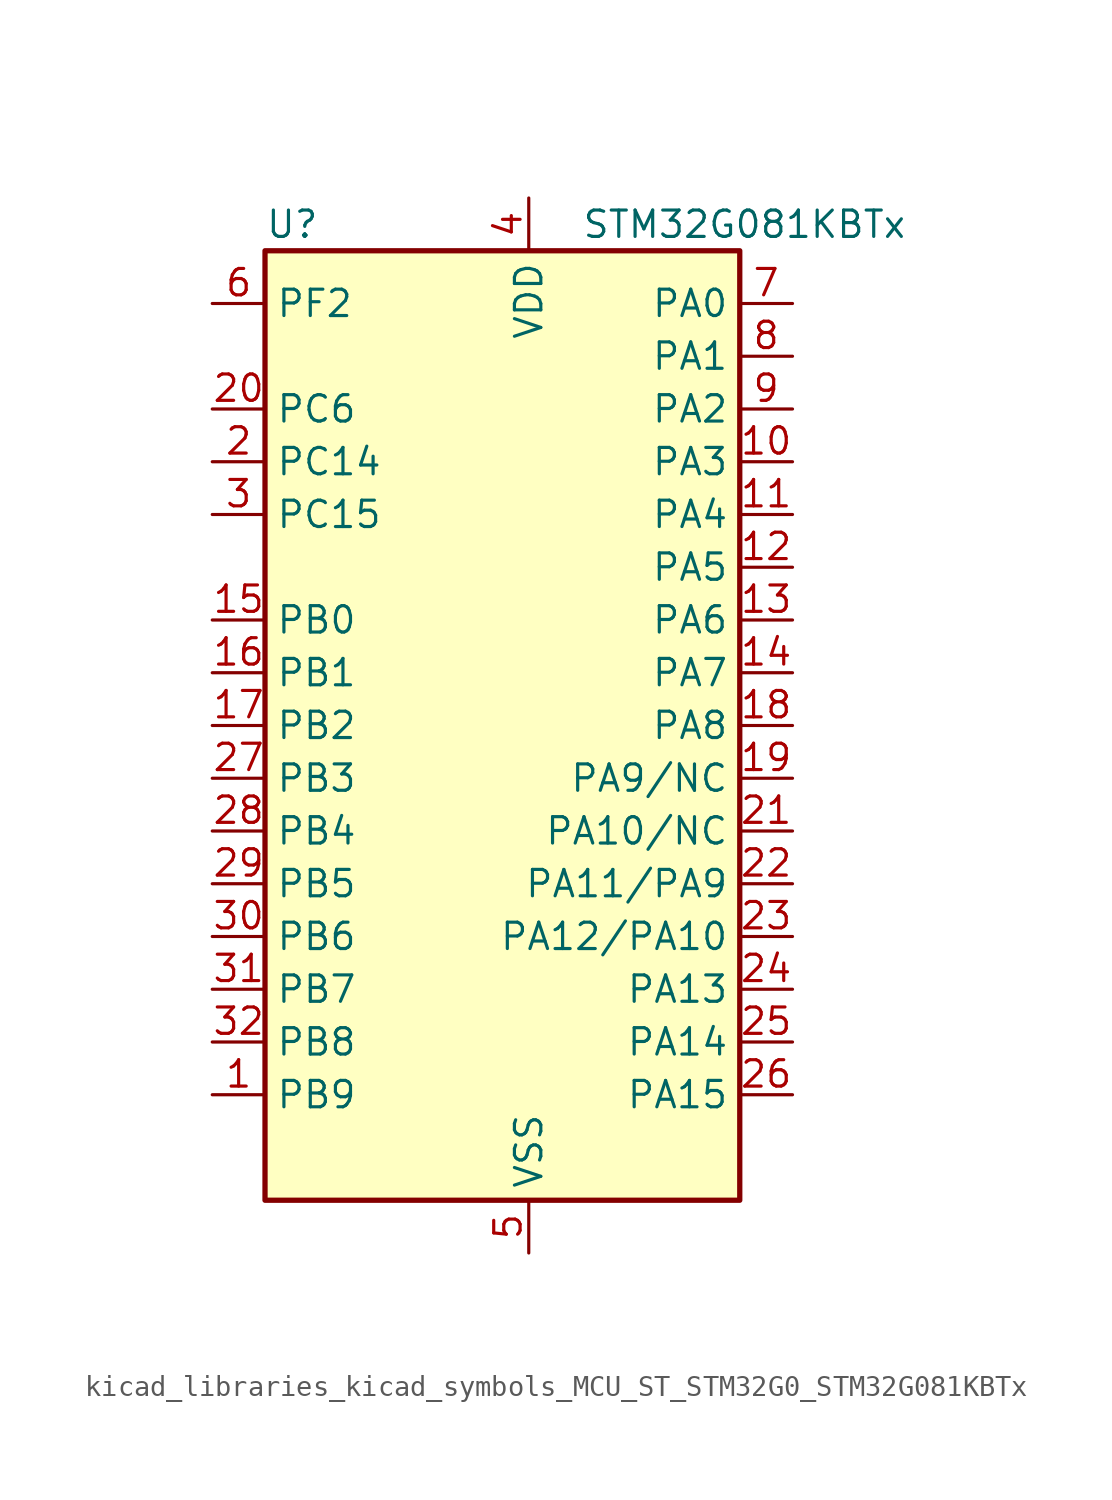
<source format=kicad_sym>
(kicad_symbol_lib
  (version 20220914)
  (generator kicad_symbol_editor)
  (symbol "kicad_libraries_kicad_symbols_MCU_ST_STM32G0_STM32G081KBTx"
    (property "Reference" "U"
      (at -10.16 24.13 0)
      (effects (font (size 1.27 1.27)) (justify left)))
    (property "Value" "STM32G081KBTx"
      (at 5.08 24.13 0)
      (effects (font (size 1.27 1.27)) (justify left)))
    (property "ki_locked" ""
      (at 0 0 0)
      (effects (font (size 1.27 1.27))))
    (symbol "kicad_libraries_kicad_symbols_MCU_ST_STM32G0_STM32G081KBTx_0_1"
      (rectangle (start -10.16 -22.86) (end 12.7 22.86) (stroke (width 0.254) (type default)) (fill (type background))))
    (symbol "kicad_libraries_kicad_symbols_MCU_ST_STM32G0_STM32G081KBTx_1_1"
      (pin bidirectional line (at -12.7 -17.78 0) (length 2.54) (name "PB9" (effects (font (size 1.27 1.27)))) (number "1" (effects (font (size 1.27 1.27)))) (alternate "DAC1_EXTI9" bidirectional line) (alternate "I2C1_SDA" bidirectional line) (alternate "IR_OUT" bidirectional line) (alternate "SPI2_NSS" bidirectional line) (alternate "TIM17_CH1" bidirectional line) (alternate "USART3_RX" bidirectional line))
      (pin bidirectional line (at 15.24 12.7 180) (length 2.54) (name "PA3" (effects (font (size 1.27 1.27)))) (number "10" (effects (font (size 1.27 1.27)))) (alternate "ADC1_IN3" bidirectional line) (alternate "COMP2_INP" bidirectional line) (alternate "LPUART1_RX" bidirectional line) (alternate "SPI2_MISO" bidirectional line) (alternate "TIM15_CH2" bidirectional line) (alternate "TIM2_CH4" bidirectional line) (alternate "USART2_RX" bidirectional line))
      (pin bidirectional line (at 15.24 10.16 180) (length 2.54) (name "PA4" (effects (font (size 1.27 1.27)))) (number "11" (effects (font (size 1.27 1.27)))) (alternate "ADC1_IN4" bidirectional line) (alternate "DAC1_OUT1" bidirectional line) (alternate "I2S1_WS" bidirectional line) (alternate "LPTIM2_OUT" bidirectional line) (alternate "RTC_OUT_ALARM" bidirectional line) (alternate "RTC_OUT_CALIB" bidirectional line) (alternate "RTC_TAMP_IN1" bidirectional line) (alternate "RTC_TS" bidirectional line) (alternate "SPI1_NSS" bidirectional line) (alternate "SPI2_MOSI" bidirectional line) (alternate "SYS_WKUP2" bidirectional line) (alternate "TIM14_CH1" bidirectional line))
      (pin bidirectional line (at 15.24 7.62 180) (length 2.54) (name "PA5" (effects (font (size 1.27 1.27)))) (number "12" (effects (font (size 1.27 1.27)))) (alternate "ADC1_IN5" bidirectional line) (alternate "CEC" bidirectional line) (alternate "DAC1_OUT2" bidirectional line) (alternate "I2S1_CK" bidirectional line) (alternate "LPTIM2_ETR" bidirectional line) (alternate "SPI1_SCK" bidirectional line) (alternate "TIM2_CH1" bidirectional line) (alternate "TIM2_ETR" bidirectional line) (alternate "UCPD1_FRSTX1" bidirectional line) (alternate "UCPD1_FRSTX2" bidirectional line) (alternate "USART3_TX" bidirectional line))
      (pin bidirectional line (at 15.24 5.08 180) (length 2.54) (name "PA6" (effects (font (size 1.27 1.27)))) (number "13" (effects (font (size 1.27 1.27)))) (alternate "ADC1_IN6" bidirectional line) (alternate "COMP1_OUT" bidirectional line) (alternate "I2S1_MCK" bidirectional line) (alternate "LPUART1_CTS" bidirectional line) (alternate "SPI1_MISO" bidirectional line) (alternate "TIM16_CH1" bidirectional line) (alternate "TIM1_BK" bidirectional line) (alternate "TIM3_CH1" bidirectional line) (alternate "USART3_CTS" bidirectional line) (alternate "USART3_NSS" bidirectional line))
      (pin bidirectional line (at 15.24 2.54 180) (length 2.54) (name "PA7" (effects (font (size 1.27 1.27)))) (number "14" (effects (font (size 1.27 1.27)))) (alternate "ADC1_IN7" bidirectional line) (alternate "COMP2_OUT" bidirectional line) (alternate "I2S1_SD" bidirectional line) (alternate "SPI1_MOSI" bidirectional line) (alternate "TIM14_CH1" bidirectional line) (alternate "TIM17_CH1" bidirectional line) (alternate "TIM1_CH1N" bidirectional line) (alternate "TIM3_CH2" bidirectional line) (alternate "UCPD1_FRSTX1" bidirectional line) (alternate "UCPD1_FRSTX2" bidirectional line))
      (pin bidirectional line (at -12.7 5.08 0) (length 2.54) (name "PB0" (effects (font (size 1.27 1.27)))) (number "15" (effects (font (size 1.27 1.27)))) (alternate "ADC1_IN8" bidirectional line) (alternate "COMP1_OUT" bidirectional line) (alternate "I2S1_WS" bidirectional line) (alternate "LPTIM1_OUT" bidirectional line) (alternate "SPI1_NSS" bidirectional line) (alternate "TIM1_CH2N" bidirectional line) (alternate "TIM3_CH3" bidirectional line) (alternate "UCPD1_FRSTX1" bidirectional line) (alternate "UCPD1_FRSTX2" bidirectional line) (alternate "USART3_RX" bidirectional line))
      (pin bidirectional line (at -12.7 2.54 0) (length 2.54) (name "PB1" (effects (font (size 1.27 1.27)))) (number "16" (effects (font (size 1.27 1.27)))) (alternate "ADC1_IN9" bidirectional line) (alternate "COMP1_INM" bidirectional line) (alternate "LPTIM2_IN1" bidirectional line) (alternate "LPUART1_DE" bidirectional line) (alternate "LPUART1_RTS" bidirectional line) (alternate "TIM14_CH1" bidirectional line) (alternate "TIM1_CH3N" bidirectional line) (alternate "TIM3_CH4" bidirectional line) (alternate "USART3_CK" bidirectional line) (alternate "USART3_DE" bidirectional line) (alternate "USART3_RTS" bidirectional line))
      (pin bidirectional line (at -12.7 0 0) (length 2.54) (name "PB2" (effects (font (size 1.27 1.27)))) (number "17" (effects (font (size 1.27 1.27)))) (alternate "ADC1_IN10" bidirectional line) (alternate "COMP1_INP" bidirectional line) (alternate "LPTIM1_OUT" bidirectional line) (alternate "SPI2_MISO" bidirectional line) (alternate "USART3_TX" bidirectional line))
      (pin bidirectional line (at 15.24 0 180) (length 2.54) (name "PA8" (effects (font (size 1.27 1.27)))) (number "18" (effects (font (size 1.27 1.27)))) (alternate "LPTIM2_OUT" bidirectional line) (alternate "RCC_MCO" bidirectional line) (alternate "SPI2_NSS" bidirectional line) (alternate "TIM1_CH1" bidirectional line) (alternate "UCPD1_CC1" bidirectional line))
      (pin bidirectional line (at 15.24 -2.54 180) (length 2.54) (name "PA9/NC" (effects (font (size 1.27 1.27)))) (number "19" (effects (font (size 1.27 1.27)))) (alternate "DAC1_EXTI9" bidirectional line) (alternate "I2C1_SCL" bidirectional line) (alternate "RCC_MCO" bidirectional line) (alternate "SPI2_MISO" bidirectional line) (alternate "TIM15_BK" bidirectional line) (alternate "TIM1_CH2" bidirectional line) (alternate "UCPD1_DBCC1" bidirectional line) (alternate "USART1_TX" bidirectional line))
      (pin bidirectional line (at -12.7 12.7 0) (length 2.54) (name "PC14" (effects (font (size 1.27 1.27)))) (number "2" (effects (font (size 1.27 1.27)))) (alternate "RCC_OSC32_IN" bidirectional line) (alternate "RCC_OSC_IN" bidirectional line) (alternate "TIM1_BK2" bidirectional line))
      (pin bidirectional line (at -12.7 15.24 0) (length 2.54) (name "PC6" (effects (font (size 1.27 1.27)))) (number "20" (effects (font (size 1.27 1.27)))) (alternate "TIM2_CH3" bidirectional line) (alternate "TIM3_CH1" bidirectional line) (alternate "UCPD1_FRSTX1" bidirectional line) (alternate "UCPD1_FRSTX2" bidirectional line))
      (pin bidirectional line (at 15.24 -5.08 180) (length 2.54) (name "PA10/NC" (effects (font (size 1.27 1.27)))) (number "21" (effects (font (size 1.27 1.27)))) (alternate "I2C1_SDA" bidirectional line) (alternate "SPI2_MOSI" bidirectional line) (alternate "TIM17_BK" bidirectional line) (alternate "TIM1_CH3" bidirectional line) (alternate "UCPD1_DBCC2" bidirectional line) (alternate "USART1_RX" bidirectional line))
      (pin bidirectional line (at 15.24 -7.62 180) (length 2.54) (name "PA11/PA9" (effects (font (size 1.27 1.27)))) (number "22" (effects (font (size 1.27 1.27)))) (alternate "ADC1_EXTI11" bidirectional line) (alternate "COMP1_OUT" bidirectional line) (alternate "I2C2_SCL" bidirectional line) (alternate "I2S1_MCK" bidirectional line) (alternate "SPI1_MISO" bidirectional line) (alternate "TIM1_BK2" bidirectional line) (alternate "TIM1_CH4" bidirectional line) (alternate "USART1_CTS" bidirectional line) (alternate "USART1_NSS" bidirectional line))
      (pin bidirectional line (at 15.24 -10.16 180) (length 2.54) (name "PA12/PA10" (effects (font (size 1.27 1.27)))) (number "23" (effects (font (size 1.27 1.27)))) (alternate "COMP2_OUT" bidirectional line) (alternate "I2C2_SDA" bidirectional line) (alternate "I2S1_SD" bidirectional line) (alternate "I2S_CKIN" bidirectional line) (alternate "SPI1_MOSI" bidirectional line) (alternate "TIM1_ETR" bidirectional line) (alternate "USART1_CK" bidirectional line) (alternate "USART1_DE" bidirectional line) (alternate "USART1_RTS" bidirectional line))
      (pin bidirectional line (at 15.24 -12.7 180) (length 2.54) (name "PA13" (effects (font (size 1.27 1.27)))) (number "24" (effects (font (size 1.27 1.27)))) (alternate "IR_OUT" bidirectional line) (alternate "SYS_SWDIO" bidirectional line))
      (pin bidirectional line (at 15.24 -15.24 180) (length 2.54) (name "PA14" (effects (font (size 1.27 1.27)))) (number "25" (effects (font (size 1.27 1.27)))) (alternate "SYS_SWCLK" bidirectional line) (alternate "USART2_TX" bidirectional line))
      (pin bidirectional line (at 15.24 -17.78 180) (length 2.54) (name "PA15" (effects (font (size 1.27 1.27)))) (number "26" (effects (font (size 1.27 1.27)))) (alternate "I2S1_WS" bidirectional line) (alternate "SPI1_NSS" bidirectional line) (alternate "TIM2_CH1" bidirectional line) (alternate "TIM2_ETR" bidirectional line) (alternate "USART2_RX" bidirectional line) (alternate "USART3_CK" bidirectional line) (alternate "USART3_DE" bidirectional line) (alternate "USART3_RTS" bidirectional line) (alternate "USART4_CK" bidirectional line) (alternate "USART4_DE" bidirectional line) (alternate "USART4_RTS" bidirectional line))
      (pin bidirectional line (at -12.7 -2.54 0) (length 2.54) (name "PB3" (effects (font (size 1.27 1.27)))) (number "27" (effects (font (size 1.27 1.27)))) (alternate "COMP2_INM" bidirectional line) (alternate "I2S1_CK" bidirectional line) (alternate "SPI1_SCK" bidirectional line) (alternate "TIM1_CH2" bidirectional line) (alternate "TIM2_CH2" bidirectional line) (alternate "USART1_CK" bidirectional line) (alternate "USART1_DE" bidirectional line) (alternate "USART1_RTS" bidirectional line))
      (pin bidirectional line (at -12.7 -5.08 0) (length 2.54) (name "PB4" (effects (font (size 1.27 1.27)))) (number "28" (effects (font (size 1.27 1.27)))) (alternate "COMP2_INP" bidirectional line) (alternate "I2S1_MCK" bidirectional line) (alternate "SPI1_MISO" bidirectional line) (alternate "TIM17_BK" bidirectional line) (alternate "TIM3_CH1" bidirectional line) (alternate "USART1_CTS" bidirectional line) (alternate "USART1_NSS" bidirectional line))
      (pin bidirectional line (at -12.7 -7.62 0) (length 2.54) (name "PB5" (effects (font (size 1.27 1.27)))) (number "29" (effects (font (size 1.27 1.27)))) (alternate "COMP2_OUT" bidirectional line) (alternate "I2C1_SMBA" bidirectional line) (alternate "I2S1_SD" bidirectional line) (alternate "LPTIM1_IN1" bidirectional line) (alternate "SPI1_MOSI" bidirectional line) (alternate "SYS_WKUP6" bidirectional line) (alternate "TIM16_BK" bidirectional line) (alternate "TIM3_CH2" bidirectional line))
      (pin bidirectional line (at -12.7 10.16 0) (length 2.54) (name "PC15" (effects (font (size 1.27 1.27)))) (number "3" (effects (font (size 1.27 1.27)))) (alternate "RCC_OSC32_EN" bidirectional line) (alternate "RCC_OSC32_OUT" bidirectional line) (alternate "RCC_OSC_EN" bidirectional line) (alternate "TIM15_BK" bidirectional line))
      (pin bidirectional line (at -12.7 -10.16 0) (length 2.54) (name "PB6" (effects (font (size 1.27 1.27)))) (number "30" (effects (font (size 1.27 1.27)))) (alternate "COMP2_INP" bidirectional line) (alternate "I2C1_SCL" bidirectional line) (alternate "LPTIM1_ETR" bidirectional line) (alternate "SPI2_MISO" bidirectional line) (alternate "TIM16_CH1N" bidirectional line) (alternate "TIM1_CH3" bidirectional line) (alternate "USART1_TX" bidirectional line))
      (pin bidirectional line (at -12.7 -12.7 0) (length 2.54) (name "PB7" (effects (font (size 1.27 1.27)))) (number "31" (effects (font (size 1.27 1.27)))) (alternate "COMP2_INM" bidirectional line) (alternate "I2C1_SDA" bidirectional line) (alternate "LPTIM1_IN2" bidirectional line) (alternate "SPI2_MOSI" bidirectional line) (alternate "SYS_PVD_IN" bidirectional line) (alternate "TIM17_CH1N" bidirectional line) (alternate "USART1_RX" bidirectional line) (alternate "USART4_CTS" bidirectional line) (alternate "USART4_NSS" bidirectional line))
      (pin bidirectional line (at -12.7 -15.24 0) (length 2.54) (name "PB8" (effects (font (size 1.27 1.27)))) (number "32" (effects (font (size 1.27 1.27)))) (alternate "CEC" bidirectional line) (alternate "I2C1_SCL" bidirectional line) (alternate "SPI2_SCK" bidirectional line) (alternate "TIM15_BK" bidirectional line) (alternate "TIM16_CH1" bidirectional line) (alternate "USART3_TX" bidirectional line))
      (pin power_in line (at 2.54 25.4 270) (length 2.54) (name "VDD" (effects (font (size 1.27 1.27)))) (number "4" (effects (font (size 1.27 1.27)))))
      (pin power_in line (at 2.54 -25.4 90) (length 2.54) (name "VSS" (effects (font (size 1.27 1.27)))) (number "5" (effects (font (size 1.27 1.27)))))
      (pin bidirectional line (at -12.7 20.32 0) (length 2.54) (name "PF2" (effects (font (size 1.27 1.27)))) (number "6" (effects (font (size 1.27 1.27)))) (alternate "RCC_MCO" bidirectional line))
      (pin bidirectional line (at 15.24 20.32 180) (length 2.54) (name "PA0" (effects (font (size 1.27 1.27)))) (number "7" (effects (font (size 1.27 1.27)))) (alternate "ADC1_IN0" bidirectional line) (alternate "COMP1_INM" bidirectional line) (alternate "COMP1_OUT" bidirectional line) (alternate "LPTIM1_OUT" bidirectional line) (alternate "RTC_TAMP_IN2" bidirectional line) (alternate "SPI2_SCK" bidirectional line) (alternate "SYS_WKUP1" bidirectional line) (alternate "TIM2_CH1" bidirectional line) (alternate "TIM2_ETR" bidirectional line) (alternate "USART2_CTS" bidirectional line) (alternate "USART2_NSS" bidirectional line) (alternate "USART4_TX" bidirectional line))
      (pin bidirectional line (at 15.24 17.78 180) (length 2.54) (name "PA1" (effects (font (size 1.27 1.27)))) (number "8" (effects (font (size 1.27 1.27)))) (alternate "ADC1_IN1" bidirectional line) (alternate "COMP1_INP" bidirectional line) (alternate "I2C1_SMBA" bidirectional line) (alternate "I2S1_CK" bidirectional line) (alternate "SPI1_SCK" bidirectional line) (alternate "TIM15_CH1N" bidirectional line) (alternate "TIM2_CH2" bidirectional line) (alternate "USART2_CK" bidirectional line) (alternate "USART2_DE" bidirectional line) (alternate "USART2_RTS" bidirectional line) (alternate "USART4_RX" bidirectional line))
      (pin bidirectional line (at 15.24 15.24 180) (length 2.54) (name "PA2" (effects (font (size 1.27 1.27)))) (number "9" (effects (font (size 1.27 1.27)))) (alternate "ADC1_IN2" bidirectional line) (alternate "COMP2_INM" bidirectional line) (alternate "COMP2_OUT" bidirectional line) (alternate "I2S1_SD" bidirectional line) (alternate "LPUART1_TX" bidirectional line) (alternate "RCC_LSCO" bidirectional line) (alternate "SPI1_MOSI" bidirectional line) (alternate "SYS_WKUP4" bidirectional line) (alternate "TIM15_CH1" bidirectional line) (alternate "TIM2_CH3" bidirectional line) (alternate "UCPD1_FRSTX1" bidirectional line) (alternate "UCPD1_FRSTX2" bidirectional line) (alternate "USART2_TX" bidirectional line)))))
</source>
